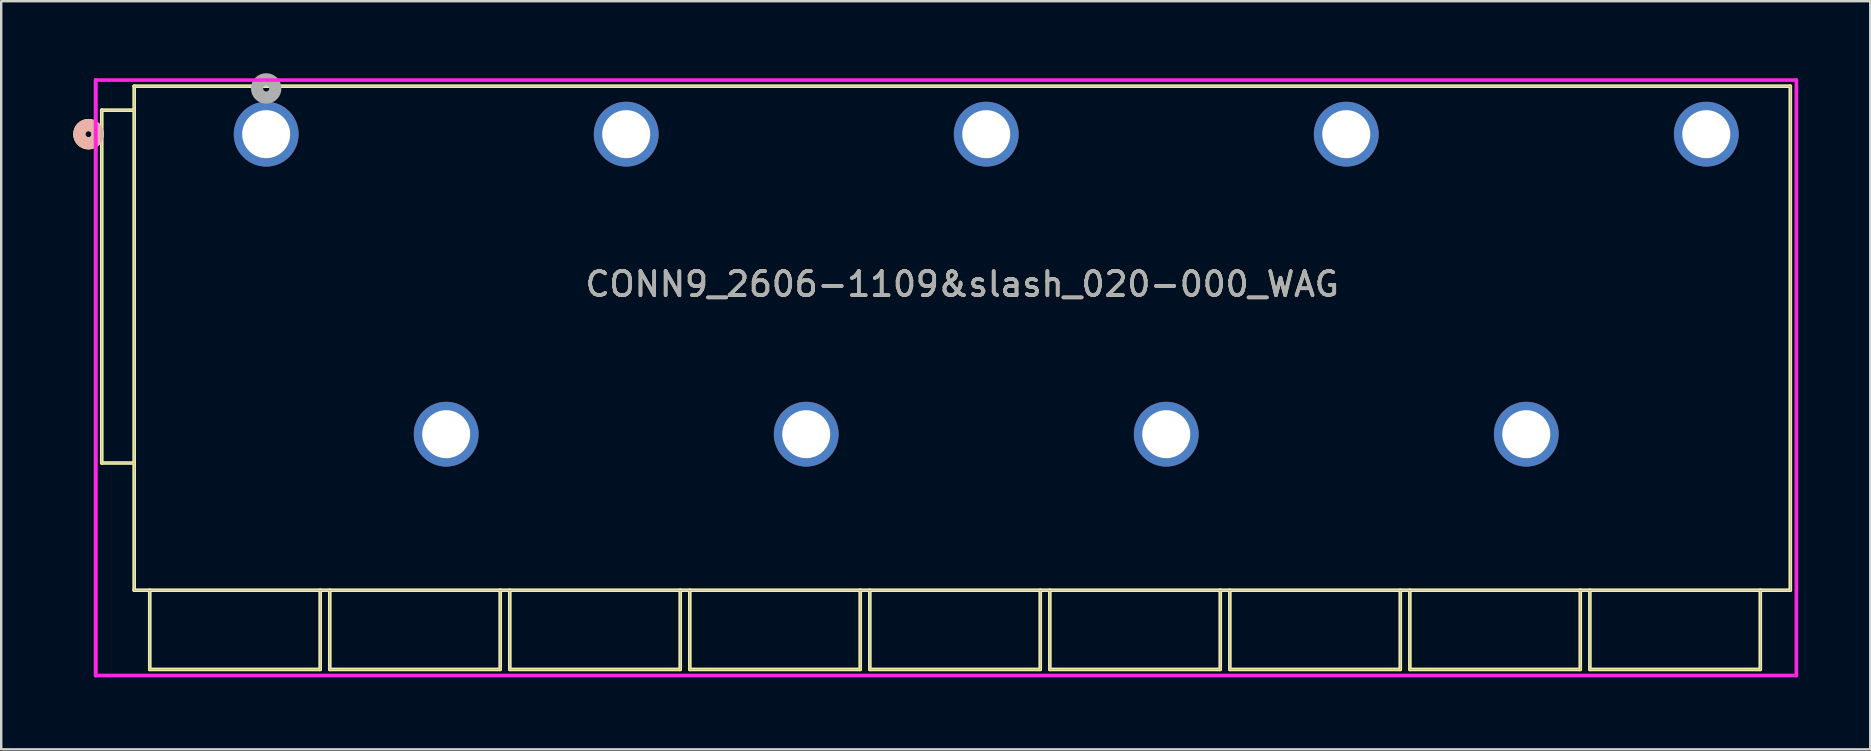
<source format=kicad_pcb>
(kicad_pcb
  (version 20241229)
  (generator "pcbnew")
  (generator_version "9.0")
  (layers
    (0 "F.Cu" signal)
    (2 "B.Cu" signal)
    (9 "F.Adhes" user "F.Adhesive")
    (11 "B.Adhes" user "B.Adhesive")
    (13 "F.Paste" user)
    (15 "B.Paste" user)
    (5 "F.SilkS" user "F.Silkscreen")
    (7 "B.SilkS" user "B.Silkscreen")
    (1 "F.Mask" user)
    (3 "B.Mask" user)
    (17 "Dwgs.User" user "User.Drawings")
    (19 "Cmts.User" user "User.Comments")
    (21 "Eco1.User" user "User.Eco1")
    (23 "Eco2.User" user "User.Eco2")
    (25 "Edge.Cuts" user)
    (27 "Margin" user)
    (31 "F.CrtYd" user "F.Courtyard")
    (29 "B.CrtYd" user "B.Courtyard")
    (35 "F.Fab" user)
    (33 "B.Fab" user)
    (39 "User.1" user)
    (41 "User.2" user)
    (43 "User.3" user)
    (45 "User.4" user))
  (footprint "CONN9_2606-1109&slash_020-000_WAG"
    (layer "F.Cu")
    (at 8.04 2.54)
    (property "Reference" "CONN9_2606-1109&slash_020-000_WAG" (at 29 6.25 0) (unlocked yes) (layer "F.SilkS") (effects (font (size 1 1) (thickness 0.15))))
    (attr through_hole)
    (fp_line (start -6.85 13.7) (end -6.85 -1) (stroke (width 0.152) (type solid)) (layer "F.SilkS"))
    (fp_line (start -5.5 -1) (end -6.85 -1) (stroke (width 0.152) (type solid)) (layer "F.SilkS"))
    (fp_line (start -5.5 13.7) (end -6.85 13.7) (stroke (width 0.152) (type solid)) (layer "F.SilkS"))
    (fp_line (start -5.5 -2) (end 63.5 -2) (stroke (width 0.152) (type solid)) (layer "F.SilkS"))
    (fp_line (start -5.5 19) (end -5.5 -2) (stroke (width 0.152) (type solid)) (layer "F.SilkS"))
    (fp_line (start -5.5 19) (end 63.5 19) (stroke (width 0.152) (type solid)) (layer "F.SilkS"))
    (fp_line (start -4.85 19) (end -4.85 22.3) (stroke (width 0.152) (type solid)) (layer "F.SilkS"))
    (fp_line (start -4.85 22.3) (end 2.25 22.3) (stroke (width 0.152) (type solid)) (layer "F.SilkS"))
    (fp_line (start 2.25 19) (end 2.25 22.3) (stroke (width 0.152) (type solid)) (layer "F.SilkS"))
    (fp_line (start 2.65 19) (end 2.65 22.3) (stroke (width 0.152) (type solid)) (layer "F.SilkS"))
    (fp_line (start 2.65 22.3) (end 9.75 22.3) (stroke (width 0.152) (type solid)) (layer "F.SilkS"))
    (fp_line (start 9.75 19) (end 9.75 22.3) (stroke (width 0.152) (type solid)) (layer "F.SilkS"))
    (fp_line (start 10.15 19) (end 10.15 22.3) (stroke (width 0.152) (type solid)) (layer "F.SilkS"))
    (fp_line (start 10.15 22.3) (end 17.25 22.3) (stroke (width 0.152) (type solid)) (layer "F.SilkS"))
    (fp_line (start 17.25 19) (end 17.25 22.3) (stroke (width 0.152) (type solid)) (layer "F.SilkS"))
    (fp_line (start 17.65 19) (end 17.65 22.3) (stroke (width 0.152) (type solid)) (layer "F.SilkS"))
    (fp_line (start 17.65 22.3) (end 24.75 22.3) (stroke (width 0.152) (type solid)) (layer "F.SilkS"))
    (fp_line (start 24.75 19) (end 24.75 22.3) (stroke (width 0.152) (type solid)) (layer "F.SilkS"))
    (fp_line (start 25.15 19) (end 25.15 22.3) (stroke (width 0.152) (type solid)) (layer "F.SilkS"))
    (fp_line (start 25.15 22.3) (end 32.25 22.3) (stroke (width 0.152) (type solid)) (layer "F.SilkS"))
    (fp_line (start 32.25 19) (end 32.25 22.3) (stroke (width 0.152) (type solid)) (layer "F.SilkS"))
    (fp_line (start 32.65 19) (end 32.65 22.3) (stroke (width 0.152) (type solid)) (layer "F.SilkS"))
    (fp_line (start 32.65 22.3) (end 39.75 22.3) (stroke (width 0.152) (type solid)) (layer "F.SilkS"))
    (fp_line (start 39.75 19) (end 39.75 22.3) (stroke (width 0.152) (type solid)) (layer "F.SilkS"))
    (fp_line (start 40.15 19) (end 40.15 22.3) (stroke (width 0.152) (type solid)) (layer "F.SilkS"))
    (fp_line (start 40.15 22.3) (end 47.25 22.3) (stroke (width 0.152) (type solid)) (layer "F.SilkS"))
    (fp_line (start 47.25 19) (end 47.25 22.3) (stroke (width 0.152) (type solid)) (layer "F.SilkS"))
    (fp_line (start 47.65 19) (end 47.65 22.3) (stroke (width 0.152) (type solid)) (layer "F.SilkS"))
    (fp_line (start 47.65 22.3) (end 54.75 22.3) (stroke (width 0.152) (type solid)) (layer "F.SilkS"))
    (fp_line (start 54.75 19) (end 54.75 22.3) (stroke (width 0.152) (type solid)) (layer "F.SilkS"))
    (fp_line (start 55.15 19) (end 55.15 22.3) (stroke (width 0.152) (type solid)) (layer "F.SilkS"))
    (fp_line (start 55.15 22.3) (end 62.25 22.3) (stroke (width 0.152) (type solid)) (layer "F.SilkS"))
    (fp_line (start 62.25 19) (end 62.25 22.3) (stroke (width 0.152) (type solid)) (layer "F.SilkS"))
    (fp_line (start 63.5 -2) (end 63.5 19) (stroke (width 0.152) (type solid)) (layer "F.SilkS"))
    (fp_circle (center -7.405 0) (end -7.024 0) (stroke (width 0.508) (type solid)) (fill no) (layer "F.SilkS"))
    (fp_circle (center -7.405 0) (end -7.024 0) (stroke (width 0.508) (type solid)) (fill no) (layer "B.SilkS"))
    (fp_line (start -7.104 -2.254) (end -7.104 22.554) (stroke (width 0.152) (type solid)) (layer "F.CrtYd"))
    (fp_line (start -7.104 -2.254) (end -7.104 22.554) (stroke (width 0.152) (type solid)) (layer "F.CrtYd"))
    (fp_line (start -7.104 22.554) (end 63.754 22.554) (stroke (width 0.152) (type solid)) (layer "F.CrtYd"))
    (fp_line (start 63.754 -2.254) (end -7.104 -2.254) (stroke (width 0.152) (type solid)) (layer "F.CrtYd"))
    (fp_line (start 63.754 22.554) (end 63.754 -2.254) (stroke (width 0.152) (type solid)) (layer "F.CrtYd"))
    (fp_line (start -6.85 13.7) (end -6.85 -1) (stroke (width 0.025) (type solid)) (layer "F.Fab"))
    (fp_line (start -5.5 -1) (end -6.85 -1) (stroke (width 0.025) (type solid)) (layer "F.Fab"))
    (fp_line (start -5.5 13.7) (end -6.85 13.7) (stroke (width 0.025) (type solid)) (layer "F.Fab"))
    (fp_line (start -5.5 -2) (end 63.5 -2) (stroke (width 0.025) (type solid)) (layer "F.Fab"))
    (fp_line (start -5.5 19) (end -5.5 -2) (stroke (width 0.025) (type solid)) (layer "F.Fab"))
    (fp_line (start -5.5 19) (end 63.5 19) (stroke (width 0.025) (type solid)) (layer "F.Fab"))
    (fp_line (start -4.85 19) (end -4.85 22.3) (stroke (width 0.025) (type solid)) (layer "F.Fab"))
    (fp_line (start -4.85 22.3) (end 2.25 22.3) (stroke (width 0.025) (type solid)) (layer "F.Fab"))
    (fp_line (start 2.25 19) (end 2.25 22.3) (stroke (width 0.025) (type solid)) (layer "F.Fab"))
    (fp_line (start 2.65 19) (end 2.65 22.3) (stroke (width 0.025) (type solid)) (layer "F.Fab"))
    (fp_line (start 2.65 22.3) (end 9.75 22.3) (stroke (width 0.025) (type solid)) (layer "F.Fab"))
    (fp_line (start 9.75 19) (end 9.75 22.3) (stroke (width 0.025) (type solid)) (layer "F.Fab"))
    (fp_line (start 10.15 19) (end 10.15 22.3) (stroke (width 0.025) (type solid)) (layer "F.Fab"))
    (fp_line (start 10.15 22.3) (end 17.25 22.3) (stroke (width 0.025) (type solid)) (layer "F.Fab"))
    (fp_line (start 17.25 19) (end 17.25 22.3) (stroke (width 0.025) (type solid)) (layer "F.Fab"))
    (fp_line (start 17.65 19) (end 17.65 22.3) (stroke (width 0.025) (type solid)) (layer "F.Fab"))
    (fp_line (start 17.65 22.3) (end 24.75 22.3) (stroke (width 0.025) (type solid)) (layer "F.Fab"))
    (fp_line (start 24.75 19) (end 24.75 22.3) (stroke (width 0.025) (type solid)) (layer "F.Fab"))
    (fp_line (start 25.15 19) (end 25.15 22.3) (stroke (width 0.025) (type solid)) (layer "F.Fab"))
    (fp_line (start 25.15 22.3) (end 32.25 22.3) (stroke (width 0.025) (type solid)) (layer "F.Fab"))
    (fp_line (start 32.25 19) (end 32.25 22.3) (stroke (width 0.025) (type solid)) (layer "F.Fab"))
    (fp_line (start 32.65 19) (end 32.65 22.3) (stroke (width 0.025) (type solid)) (layer "F.Fab"))
    (fp_line (start 32.65 22.3) (end 39.75 22.3) (stroke (width 0.025) (type solid)) (layer "F.Fab"))
    (fp_line (start 39.75 19) (end 39.75 22.3) (stroke (width 0.025) (type solid)) (layer "F.Fab"))
    (fp_line (start 40.15 19) (end 40.15 22.3) (stroke (width 0.025) (type solid)) (layer "F.Fab"))
    (fp_line (start 40.15 22.3) (end 47.25 22.3) (stroke (width 0.025) (type solid)) (layer "F.Fab"))
    (fp_line (start 47.25 19) (end 47.25 22.3) (stroke (width 0.025) (type solid)) (layer "F.Fab"))
    (fp_line (start 47.65 19) (end 47.65 22.3) (stroke (width 0.025) (type solid)) (layer "F.Fab"))
    (fp_line (start 47.65 22.3) (end 54.75 22.3) (stroke (width 0.025) (type solid)) (layer "F.Fab"))
    (fp_line (start 54.75 19) (end 54.75 22.3) (stroke (width 0.025) (type solid)) (layer "F.Fab"))
    (fp_line (start 55.15 19) (end 55.15 22.3) (stroke (width 0.025) (type solid)) (layer "F.Fab"))
    (fp_line (start 55.15 22.3) (end 62.25 22.3) (stroke (width 0.025) (type solid)) (layer "F.Fab"))
    (fp_line (start 62.25 19) (end 62.25 22.3) (stroke (width 0.025) (type solid)) (layer "F.Fab"))
    (fp_line (start 63.5 -2) (end 63.5 19) (stroke (width 0.025) (type solid)) (layer "F.Fab"))
    (fp_circle (center 0 -1.905) (end 0.381 -1.905) (stroke (width 0.508) (type solid)) (fill no) (layer "F.Fab"))
    (fp_text user "${REFERENCE}" (at 29 6.25 0) (unlocked yes) (layer "F.Fab") (effects (font (size 1 1) (thickness 0.15))))
    (pad "1" thru_hole circle (at 0 0) (size 2.7 2.7) (drill 2) (layers "*.Cu" "*.Mask"))
    (pad "2" thru_hole circle (at 7.5 12.5) (size 2.7 2.7) (drill 2) (layers "*.Cu" "*.Mask"))
    (pad "3" thru_hole circle (at 15 0) (size 2.7 2.7) (drill 2) (layers "*.Cu" "*.Mask"))
    (pad "4" thru_hole circle (at 22.5 12.5) (size 2.7 2.7) (drill 2) (layers "*.Cu" "*.Mask"))
    (pad "5" thru_hole circle (at 30 0) (size 2.7 2.7) (drill 2) (layers "*.Cu" "*.Mask"))
    (pad "6" thru_hole circle (at 37.5 12.5) (size 2.7 2.7) (drill 2) (layers "*.Cu" "*.Mask"))
    (pad "7" thru_hole circle (at 45 0) (size 2.7 2.7) (drill 2) (layers "*.Cu" "*.Mask"))
    (pad "8" thru_hole circle (at 52.5 12.5) (size 2.7 2.7) (drill 2) (layers "*.Cu" "*.Mask"))
    (pad "9" thru_hole circle (at 60 0) (size 2.7 2.7) (drill 2) (layers "*.Cu" "*.Mask")))
  (gr_rect
    (start -3 -3)
    (end 74.87 28.17)
    (stroke (width 0.1) (type default))
    (fill no)
    (layer "Edge.Cuts")))
</source>
